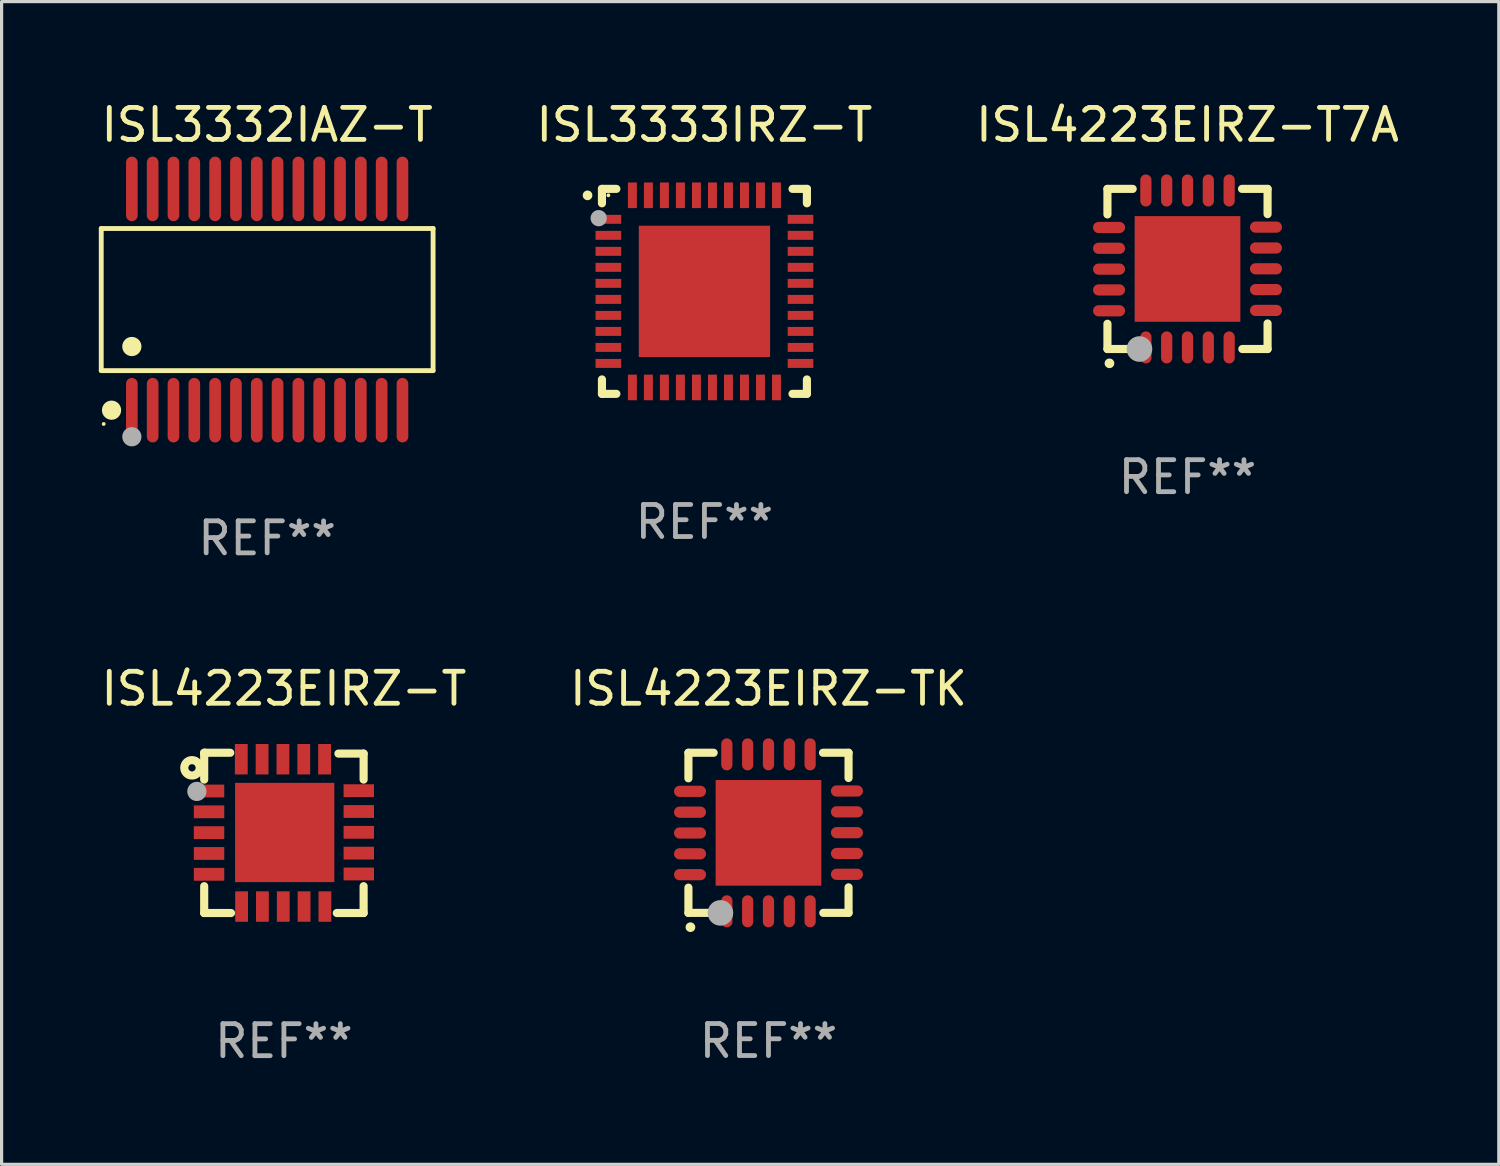
<source format=kicad_pcb>
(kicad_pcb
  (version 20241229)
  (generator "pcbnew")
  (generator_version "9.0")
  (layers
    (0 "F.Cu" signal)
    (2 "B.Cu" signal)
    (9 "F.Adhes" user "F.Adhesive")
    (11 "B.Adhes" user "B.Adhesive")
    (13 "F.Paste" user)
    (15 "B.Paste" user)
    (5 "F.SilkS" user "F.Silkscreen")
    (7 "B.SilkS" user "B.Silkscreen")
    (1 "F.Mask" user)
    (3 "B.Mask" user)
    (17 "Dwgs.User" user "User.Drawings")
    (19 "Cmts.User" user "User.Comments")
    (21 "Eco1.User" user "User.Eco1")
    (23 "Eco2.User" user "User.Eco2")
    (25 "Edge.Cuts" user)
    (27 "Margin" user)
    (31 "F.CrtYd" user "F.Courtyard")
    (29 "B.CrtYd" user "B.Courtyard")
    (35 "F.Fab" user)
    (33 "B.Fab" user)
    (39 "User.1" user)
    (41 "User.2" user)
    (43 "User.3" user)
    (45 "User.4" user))
  (footprint "ISL3333IRZ-T"
    (layer "F.Cu")
    (at 18.946 6.048)
    (property "Reference" "ISL3333IRZ-T" (at 0 -5.2 0) (layer "F.SilkS") (effects (font (size 1 1) (thickness 0.15))))
    (attr through_hole)
    (fp_line (start -3.2 -3.2) (end -2.75 -3.2) (stroke (width 0.254) (type solid)) (layer "F.SilkS"))
    (fp_line (start -3.2 -2.75) (end -3.2 -3.2) (stroke (width 0.254) (type solid)) (layer "F.SilkS"))
    (fp_line (start -3.2 3.2) (end -3.2 2.75) (stroke (width 0.254) (type solid)) (layer "F.SilkS"))
    (fp_line (start -2.75 3.2) (end -3.2 3.2) (stroke (width 0.254) (type solid)) (layer "F.SilkS"))
    (fp_line (start 2.75 3.2) (end 3.2 3.2) (stroke (width 0.254) (type solid)) (layer "F.SilkS"))
    (fp_line (start 3.2 -3.2) (end 2.75 -3.2) (stroke (width 0.254) (type solid)) (layer "F.SilkS"))
    (fp_line (start 3.2 -2.75) (end 3.2 -3.2) (stroke (width 0.254) (type solid)) (layer "F.SilkS"))
    (fp_line (start 3.2 3.2) (end 3.2 2.75) (stroke (width 0.254) (type solid)) (layer "F.SilkS"))
    (fp_arc (start -3.649987 -2.997206) (mid -3.649992 -2.998476) (end -3.649987 -2.999746) (stroke (width 0.3) (type solid)) (layer "F.SilkS"))
    (fp_circle (center -3 -3) (end -2.97 -3) (stroke (width 0.06) (type solid)) (fill no) (layer "F.SilkS"))
    (fp_circle (center -3.302 -2.286) (end -3.175 -2.286) (stroke (width 0.254) (type solid)) (fill no) (layer "F.Fab"))
    (fp_text user "REF**" (at 0 7.2 0) (layer "F.Fab") (effects (font (size 1 1) (thickness 0.15))))
    (pad "1" smd rect (at -3 -2.25 90) (size 0.28 0.8) (layers "F.Cu" "F.Mask" "F.Paste"))
    (pad "2" smd rect (at -3 -1.75 90) (size 0.28 0.8) (layers "F.Cu" "F.Mask" "F.Paste"))
    (pad "3" smd rect (at -3 -1.25 90) (size 0.28 0.8) (layers "F.Cu" "F.Mask" "F.Paste"))
    (pad "4" smd rect (at -3 -0.75 90) (size 0.28 0.8) (layers "F.Cu" "F.Mask" "F.Paste"))
    (pad "5" smd rect (at -3 -0.25 90) (size 0.28 0.8) (layers "F.Cu" "F.Mask" "F.Paste"))
    (pad "6" smd rect (at -3 0.25 90) (size 0.28 0.8) (layers "F.Cu" "F.Mask" "F.Paste"))
    (pad "7" smd rect (at -3 0.75 90) (size 0.28 0.8) (layers "F.Cu" "F.Mask" "F.Paste"))
    (pad "8" smd rect (at -3 1.25 90) (size 0.28 0.8) (layers "F.Cu" "F.Mask" "F.Paste"))
    (pad "9" smd rect (at -3 1.75 90) (size 0.28 0.8) (layers "F.Cu" "F.Mask" "F.Paste"))
    (pad "10" smd rect (at -3 2.25 90) (size 0.28 0.8) (layers "F.Cu" "F.Mask" "F.Paste"))
    (pad "11" smd rect (at -2.25 3) (size 0.28 0.8) (layers "F.Cu" "F.Mask" "F.Paste"))
    (pad "12" smd rect (at -1.75 3) (size 0.28 0.8) (layers "F.Cu" "F.Mask" "F.Paste"))
    (pad "13" smd rect (at -1.25 3) (size 0.28 0.8) (layers "F.Cu" "F.Mask" "F.Paste"))
    (pad "14" smd rect (at -0.75 3) (size 0.28 0.8) (layers "F.Cu" "F.Mask" "F.Paste"))
    (pad "15" smd rect (at -0.25 3) (size 0.28 0.8) (layers "F.Cu" "F.Mask" "F.Paste"))
    (pad "16" smd rect (at 0.25 3) (size 0.28 0.8) (layers "F.Cu" "F.Mask" "F.Paste"))
    (pad "17" smd rect (at 0.75 3) (size 0.28 0.8) (layers "F.Cu" "F.Mask" "F.Paste"))
    (pad "18" smd rect (at 1.25 3) (size 0.28 0.8) (layers "F.Cu" "F.Mask" "F.Paste"))
    (pad "19" smd rect (at 1.75 3) (size 0.28 0.8) (layers "F.Cu" "F.Mask" "F.Paste"))
    (pad "20" smd rect (at 2.25 3) (size 0.28 0.8) (layers "F.Cu" "F.Mask" "F.Paste"))
    (pad "21" smd rect (at 3 2.25 90) (size 0.28 0.8) (layers "F.Cu" "F.Mask" "F.Paste"))
    (pad "22" smd rect (at 3 1.75 90) (size 0.28 0.8) (layers "F.Cu" "F.Mask" "F.Paste"))
    (pad "23" smd rect (at 3 1.25 90) (size 0.28 0.8) (layers "F.Cu" "F.Mask" "F.Paste"))
    (pad "24" smd rect (at 3 0.75 90) (size 0.28 0.8) (layers "F.Cu" "F.Mask" "F.Paste"))
    (pad "25" smd rect (at 3 0.25 90) (size 0.28 0.8) (layers "F.Cu" "F.Mask" "F.Paste"))
    (pad "26" smd rect (at 3 -0.25 90) (size 0.28 0.8) (layers "F.Cu" "F.Mask" "F.Paste"))
    (pad "27" smd rect (at 3 -0.75 90) (size 0.28 0.8) (layers "F.Cu" "F.Mask" "F.Paste"))
    (pad "28" smd rect (at 3 -1.25 90) (size 0.28 0.8) (layers "F.Cu" "F.Mask" "F.Paste"))
    (pad "29" smd rect (at 3 -1.75 90) (size 0.28 0.8) (layers "F.Cu" "F.Mask" "F.Paste"))
    (pad "30" smd rect (at 3 -2.25 90) (size 0.28 0.8) (layers "F.Cu" "F.Mask" "F.Paste"))
    (pad "31" smd rect (at 2.25 -3) (size 0.28 0.8) (layers "F.Cu" "F.Mask" "F.Paste"))
    (pad "32" smd rect (at 1.75 -3) (size 0.28 0.8) (layers "F.Cu" "F.Mask" "F.Paste"))
    (pad "33" smd rect (at 1.25 -3) (size 0.28 0.8) (layers "F.Cu" "F.Mask" "F.Paste"))
    (pad "34" smd rect (at 0.75 -3) (size 0.28 0.8) (layers "F.Cu" "F.Mask" "F.Paste"))
    (pad "35" smd rect (at 0.25 -3) (size 0.28 0.8) (layers "F.Cu" "F.Mask" "F.Paste"))
    (pad "36" smd rect (at -0.25 -3) (size 0.28 0.8) (layers "F.Cu" "F.Mask" "F.Paste"))
    (pad "37" smd rect (at -0.75 -3) (size 0.28 0.8) (layers "F.Cu" "F.Mask" "F.Paste"))
    (pad "38" smd rect (at -1.25 -3) (size 0.28 0.8) (layers "F.Cu" "F.Mask" "F.Paste"))
    (pad "39" smd rect (at -1.75 -3) (size 0.28 0.8) (layers "F.Cu" "F.Mask" "F.Paste"))
    (pad "40" smd rect (at -2.25 -3) (size 0.28 0.8) (layers "F.Cu" "F.Mask" "F.Paste"))
    (pad "41" smd rect (at 0 0) (size 4.1 4.1) (layers "F.Cu" "F.Mask" "F.Paste")))
  (footprint "ISL3332IAZ-T"
    (layer "F.Cu")
    (at 5.292 6.303)
    (property "Reference" "ISL3332IAZ-T" (at 0 -5.455 0) (layer "F.SilkS") (effects (font (size 1 1) (thickness 0.15))))
    (attr through_hole)
    (fp_line (start -5.181 -2.219) (end 5.181 -2.219) (stroke (width 0.152) (type solid)) (layer "F.SilkS"))
    (fp_line (start -5.181 2.219) (end -5.181 -2.219) (stroke (width 0.152) (type solid)) (layer "F.SilkS"))
    (fp_line (start 5.181 -2.219) (end 5.181 2.219) (stroke (width 0.152) (type solid)) (layer "F.SilkS"))
    (fp_line (start 5.181 2.219) (end -5.181 2.219) (stroke (width 0.152) (type solid)) (layer "F.SilkS"))
    (fp_circle (center -5.105 3.885) (end -5.075 3.885) (stroke (width 0.06) (type solid)) (fill no) (layer "F.SilkS"))
    (fp_circle (center -4.859 3.455) (end -4.709 3.455) (stroke (width 0.3) (type solid)) (fill no) (layer "F.SilkS"))
    (fp_circle (center -4.225 1.467) (end -4.075 1.467) (stroke (width 0.3) (type solid)) (fill no) (layer "F.SilkS"))
    (fp_circle (center -4.225 4.285) (end -4.075 4.285) (stroke (width 0.3) (type solid)) (fill no) (layer "F.Fab"))
    (fp_text user "REF**" (at 0 7.455 0) (layer "F.Fab") (effects (font (size 1 1) (thickness 0.15))))
    (pad "1" smd oval (at -4.225 3.455) (size 0.364 2.015) (layers "F.Cu" "F.Mask" "F.Paste"))
    (pad "2" smd oval (at -3.575 3.455) (size 0.364 2.015) (layers "F.Cu" "F.Mask" "F.Paste"))
    (pad "3" smd oval (at -2.925 3.455) (size 0.364 2.015) (layers "F.Cu" "F.Mask" "F.Paste"))
    (pad "4" smd oval (at -2.275 3.455) (size 0.364 2.015) (layers "F.Cu" "F.Mask" "F.Paste"))
    (pad "5" smd oval (at -1.625 3.455) (size 0.364 2.015) (layers "F.Cu" "F.Mask" "F.Paste"))
    (pad "6" smd oval (at -0.975 3.455) (size 0.364 2.015) (layers "F.Cu" "F.Mask" "F.Paste"))
    (pad "7" smd oval (at -0.325 3.455) (size 0.364 2.015) (layers "F.Cu" "F.Mask" "F.Paste"))
    (pad "8" smd oval (at 0.325 3.455) (size 0.364 2.015) (layers "F.Cu" "F.Mask" "F.Paste"))
    (pad "9" smd oval (at 0.975 3.455) (size 0.364 2.015) (layers "F.Cu" "F.Mask" "F.Paste"))
    (pad "10" smd oval (at 1.625 3.455) (size 0.364 2.015) (layers "F.Cu" "F.Mask" "F.Paste"))
    (pad "11" smd oval (at 2.275 3.455) (size 0.364 2.015) (layers "F.Cu" "F.Mask" "F.Paste"))
    (pad "12" smd oval (at 2.925 3.455) (size 0.364 2.015) (layers "F.Cu" "F.Mask" "F.Paste"))
    (pad "13" smd oval (at 3.575 3.455) (size 0.364 2.015) (layers "F.Cu" "F.Mask" "F.Paste"))
    (pad "14" smd oval (at 4.225 3.455) (size 0.364 2.015) (layers "F.Cu" "F.Mask" "F.Paste"))
    (pad "15" smd oval (at 4.225 -3.455) (size 0.364 2.015) (layers "F.Cu" "F.Mask" "F.Paste"))
    (pad "16" smd oval (at 3.575 -3.455) (size 0.364 2.015) (layers "F.Cu" "F.Mask" "F.Paste"))
    (pad "17" smd oval (at 2.925 -3.455) (size 0.364 2.015) (layers "F.Cu" "F.Mask" "F.Paste"))
    (pad "18" smd oval (at 2.275 -3.455) (size 0.364 2.015) (layers "F.Cu" "F.Mask" "F.Paste"))
    (pad "19" smd oval (at 1.625 -3.455) (size 0.364 2.015) (layers "F.Cu" "F.Mask" "F.Paste"))
    (pad "20" smd oval (at 0.975 -3.455) (size 0.364 2.015) (layers "F.Cu" "F.Mask" "F.Paste"))
    (pad "21" smd oval (at 0.325 -3.455) (size 0.364 2.015) (layers "F.Cu" "F.Mask" "F.Paste"))
    (pad "22" smd oval (at -0.325 -3.455) (size 0.364 2.015) (layers "F.Cu" "F.Mask" "F.Paste"))
    (pad "23" smd oval (at -0.975 -3.455) (size 0.364 2.015) (layers "F.Cu" "F.Mask" "F.Paste"))
    (pad "24" smd oval (at -1.625 -3.455) (size 0.364 2.015) (layers "F.Cu" "F.Mask" "F.Paste"))
    (pad "25" smd oval (at -2.275 -3.455) (size 0.364 2.015) (layers "F.Cu" "F.Mask" "F.Paste"))
    (pad "26" smd oval (at -2.925 -3.455) (size 0.364 2.015) (layers "F.Cu" "F.Mask" "F.Paste"))
    (pad "27" smd oval (at -3.575 -3.455) (size 0.364 2.015) (layers "F.Cu" "F.Mask" "F.Paste"))
    (pad "28" smd oval (at -4.225 -3.455) (size 0.364 2.015) (layers "F.Cu" "F.Mask" "F.Paste")))
  (footprint "ISL4223EIRZ-T"
    (layer "F.Cu")
    (at 5.815 22.957)
    (property "Reference" "ISL4223EIRZ-T" (at 0 -4.502 0) (layer "F.SilkS") (effects (font (size 1 1) (thickness 0.15))))
    (attr through_hole)
    (fp_line (start -2.489 -2.502) (end -2.489 -2.476) (stroke (width 0.254) (type solid)) (layer "F.SilkS"))
    (fp_line (start -2.489 -2.476) (end -2.489 -1.664) (stroke (width 0.254) (type solid)) (layer "F.SilkS"))
    (fp_line (start -2.489 2.502) (end -2.489 1.664) (stroke (width 0.254) (type solid)) (layer "F.SilkS"))
    (fp_line (start -2.464 -2.502) (end -2.489 -2.502) (stroke (width 0.254) (type solid)) (layer "F.SilkS"))
    (fp_line (start -1.676 -2.502) (end -2.464 -2.502) (stroke (width 0.254) (type solid)) (layer "F.SilkS"))
    (fp_line (start -1.651 2.502) (end -2.489 2.502) (stroke (width 0.254) (type solid)) (layer "F.SilkS"))
    (fp_line (start 2.489 -2.476) (end 1.702 -2.476) (stroke (width 0.254) (type solid)) (layer "F.SilkS"))
    (fp_line (start 2.489 -1.664) (end 2.489 -2.476) (stroke (width 0.254) (type solid)) (layer "F.SilkS"))
    (fp_line (start 2.489 1.664) (end 2.489 2.502) (stroke (width 0.254) (type solid)) (layer "F.SilkS"))
    (fp_line (start 2.489 2.502) (end 1.651 2.502) (stroke (width 0.254) (type solid)) (layer "F.SilkS"))
    (fp_circle (center -2.87 -2.032) (end -2.756 -2.032) (stroke (width 0.254) (type solid)) (fill no) (layer "F.SilkS"))
    (fp_circle (center -2.5 -2.5) (end -2.47 -2.5) (stroke (width 0.06) (type solid)) (fill no) (layer "F.SilkS"))
    (fp_circle (center -2.718 -1.295) (end -2.568 -1.295) (stroke (width 0.3) (type solid)) (fill no) (layer "F.Fab"))
    (fp_text user "REF**" (at 0 6.502 0) (layer "F.Fab") (effects (font (size 1 1) (thickness 0.15))))
    (pad "1" smd rect (at -2.338 -1.308 270) (size 0.4 0.95) (layers "F.Cu" "F.Mask" "F.Paste"))
    (pad "2" smd rect (at -2.338 -0.658 270) (size 0.4 0.95) (layers "F.Cu" "F.Mask" "F.Paste"))
    (pad "3" smd rect (at -2.338 -0.008 270) (size 0.4 0.95) (layers "F.Cu" "F.Mask" "F.Paste"))
    (pad "4" smd rect (at -2.338 0.643 270) (size 0.4 0.95) (layers "F.Cu" "F.Mask" "F.Paste"))
    (pad "5" smd rect (at -2.338 1.293 270) (size 0.4 0.95) (layers "F.Cu" "F.Mask" "F.Paste"))
    (pad "6" smd rect (at -1.321 2.3) (size 0.4 0.95) (layers "F.Cu" "F.Mask" "F.Paste"))
    (pad "7" smd rect (at -0.671 2.3) (size 0.4 0.95) (layers "F.Cu" "F.Mask" "F.Paste"))
    (pad "8" smd rect (at -0.02 2.3) (size 0.4 0.95) (layers "F.Cu" "F.Mask" "F.Paste"))
    (pad "9" smd rect (at 0.63 2.3) (size 0.4 0.95) (layers "F.Cu" "F.Mask" "F.Paste"))
    (pad "10" smd rect (at 1.28 2.3) (size 0.4 0.95) (layers "F.Cu" "F.Mask" "F.Paste"))
    (pad "11" smd rect (at 2.338 1.283 90) (size 0.4 0.95) (layers "F.Cu" "F.Mask" "F.Paste"))
    (pad "12" smd rect (at 2.338 0.632 90) (size 0.4 0.95) (layers "F.Cu" "F.Mask" "F.Paste"))
    (pad "13" smd rect (at 2.338 -0.018 90) (size 0.4 0.95) (layers "F.Cu" "F.Mask" "F.Paste"))
    (pad "14" smd rect (at 2.338 -0.668 90) (size 0.4 0.95) (layers "F.Cu" "F.Mask" "F.Paste"))
    (pad "15" smd rect (at 2.338 -1.318 90) (size 0.4 0.95) (layers "F.Cu" "F.Mask" "F.Paste"))
    (pad "16" smd rect (at 1.27 -2.3 180) (size 0.4 0.95) (layers "F.Cu" "F.Mask" "F.Paste"))
    (pad "17" smd rect (at 0.62 -2.3 180) (size 0.4 0.95) (layers "F.Cu" "F.Mask" "F.Paste"))
    (pad "18" smd rect (at -0.03 -2.3 180) (size 0.4 0.95) (layers "F.Cu" "F.Mask" "F.Paste"))
    (pad "19" smd rect (at -0.681 -2.3 180) (size 0.4 0.95) (layers "F.Cu" "F.Mask" "F.Paste"))
    (pad "20" smd rect (at -1.331 -2.3 180) (size 0.4 0.95) (layers "F.Cu" "F.Mask" "F.Paste"))
    (pad "21" smd rect (at 0.025 -0.013 180) (size 3.1 3.1) (layers "F.Cu" "F.Mask" "F.Paste")))
  (footprint "ISL4223EIRZ-TK"
    (layer "F.Cu")
    (at 20.946 22.955)
    (property "Reference" "ISL4223EIRZ-TK" (at 0 -4.5 0) (layer "F.SilkS") (effects (font (size 1 1) (thickness 0.15))))
    (attr through_hole)
    (fp_line (start -2.5 -2.5) (end -1.712 -2.5) (stroke (width 0.254) (type solid)) (layer "F.SilkS"))
    (fp_line (start -2.5 -1.702) (end -2.5 -2.5) (stroke (width 0.254) (type solid)) (layer "F.SilkS"))
    (fp_line (start -2.5 2.5) (end -2.5 1.712) (stroke (width 0.254) (type solid)) (layer "F.SilkS"))
    (fp_line (start -1.702 2.5) (end -2.5 2.5) (stroke (width 0.254) (type solid)) (layer "F.SilkS"))
    (fp_line (start 1.702 -2.5) (end 2.5 -2.5) (stroke (width 0.254) (type solid)) (layer "F.SilkS"))
    (fp_line (start 2.5 -2.5) (end 2.5 -1.712) (stroke (width 0.254) (type solid)) (layer "F.SilkS"))
    (fp_line (start 2.5 1.702) (end 2.5 2.5) (stroke (width 0.254) (type solid)) (layer "F.SilkS"))
    (fp_line (start 2.5 2.5) (end 1.712 2.5) (stroke (width 0.254) (type solid)) (layer "F.SilkS"))
    (fp_arc (start -2.438405 2.946406) (mid -2.437135 2.946401) (end -2.435865 2.946406) (stroke (width 0.3) (type solid)) (layer "F.SilkS"))
    (fp_circle (center -2.5 2.5) (end -2.45 2.5) (stroke (width 0.1) (type solid)) (fill no) (layer "F.SilkS"))
    (fp_circle (center -1.5 2.5) (end -1.3 2.5) (stroke (width 0.4) (type solid)) (fill no) (layer "F.Fab"))
    (fp_text user "REF**" (at 0 6.5 0) (layer "F.Fab") (effects (font (size 1 1) (thickness 0.15))))
    (pad "1" smd oval (at -1.3 2.45) (size 0.35 1) (layers "F.Cu" "F.Mask" "F.Paste"))
    (pad "2" smd oval (at -0.65 2.45) (size 0.35 1) (layers "F.Cu" "F.Mask" "F.Paste"))
    (pad "3" smd oval (at 0 2.45) (size 0.35 1) (layers "F.Cu" "F.Mask" "F.Paste"))
    (pad "4" smd oval (at 0.65 2.45) (size 0.35 1) (layers "F.Cu" "F.Mask" "F.Paste"))
    (pad "5" smd oval (at 1.3 2.45) (size 0.35 1) (layers "F.Cu" "F.Mask" "F.Paste"))
    (pad "6" smd oval (at 2.45 1.295) (size 1 0.35) (layers "F.Cu" "F.Mask" "F.Paste"))
    (pad "7" smd oval (at 2.45 0.645) (size 1 0.35) (layers "F.Cu" "F.Mask" "F.Paste"))
    (pad "8" smd oval (at 2.45 -0.005) (size 1 0.35) (layers "F.Cu" "F.Mask" "F.Paste"))
    (pad "9" smd oval (at 2.45 -0.655) (size 1 0.35) (layers "F.Cu" "F.Mask" "F.Paste"))
    (pad "10" smd oval (at 2.45 -1.306) (size 1 0.35) (layers "F.Cu" "F.Mask" "F.Paste"))
    (pad "11" smd oval (at 1.3 -2.45) (size 0.35 1) (layers "F.Cu" "F.Mask" "F.Paste"))
    (pad "12" smd oval (at 0.65 -2.45) (size 0.35 1) (layers "F.Cu" "F.Mask" "F.Paste"))
    (pad "13" smd oval (at 0 -2.45) (size 0.35 1) (layers "F.Cu" "F.Mask" "F.Paste"))
    (pad "14" smd oval (at -0.65 -2.45) (size 0.35 1) (layers "F.Cu" "F.Mask" "F.Paste"))
    (pad "15" smd oval (at -1.3 -2.45) (size 0.35 1) (layers "F.Cu" "F.Mask" "F.Paste"))
    (pad "16" smd oval (at -2.45 -1.295) (size 1 0.35) (layers "F.Cu" "F.Mask" "F.Paste"))
    (pad "17" smd oval (at -2.45 -0.645) (size 1 0.35) (layers "F.Cu" "F.Mask" "F.Paste"))
    (pad "18" smd oval (at -2.45 0.005) (size 1 0.35) (layers "F.Cu" "F.Mask" "F.Paste"))
    (pad "19" smd oval (at -2.45 0.655) (size 1 0.35) (layers "F.Cu" "F.Mask" "F.Paste"))
    (pad "20" smd oval (at -2.45 1.306) (size 1 0.35) (layers "F.Cu" "F.Mask" "F.Paste"))
    (pad "21" smd rect (at 0 0) (size 3.3 3.3) (layers "F.Cu" "F.Mask" "F.Paste")))
  (footprint "ISL4223EIRZ-T7A"
    (layer "F.Cu")
    (at 34.03 5.348)
    (property "Reference" "ISL4223EIRZ-T7A" (at 0 -4.5 0) (layer "F.SilkS") (effects (font (size 1 1) (thickness 0.15))))
    (attr through_hole)
    (fp_line (start -2.5 -2.5) (end -1.712 -2.5) (stroke (width 0.254) (type solid)) (layer "F.SilkS"))
    (fp_line (start -2.5 -1.702) (end -2.5 -2.5) (stroke (width 0.254) (type solid)) (layer "F.SilkS"))
    (fp_line (start -2.5 2.5) (end -2.5 1.712) (stroke (width 0.254) (type solid)) (layer "F.SilkS"))
    (fp_line (start -1.702 2.5) (end -2.5 2.5) (stroke (width 0.254) (type solid)) (layer "F.SilkS"))
    (fp_line (start 1.702 -2.5) (end 2.5 -2.5) (stroke (width 0.254) (type solid)) (layer "F.SilkS"))
    (fp_line (start 2.5 -2.5) (end 2.5 -1.712) (stroke (width 0.254) (type solid)) (layer "F.SilkS"))
    (fp_line (start 2.5 1.702) (end 2.5 2.5) (stroke (width 0.254) (type solid)) (layer "F.SilkS"))
    (fp_line (start 2.5 2.5) (end 1.712 2.5) (stroke (width 0.254) (type solid)) (layer "F.SilkS"))
    (fp_arc (start -2.438405 2.946406) (mid -2.437135 2.946401) (end -2.435865 2.946406) (stroke (width 0.3) (type solid)) (layer "F.SilkS"))
    (fp_circle (center -2.5 2.5) (end -2.45 2.5) (stroke (width 0.1) (type solid)) (fill no) (layer "F.SilkS"))
    (fp_circle (center -1.5 2.5) (end -1.3 2.5) (stroke (width 0.4) (type solid)) (fill no) (layer "F.Fab"))
    (fp_text user "REF**" (at 0 6.5 0) (layer "F.Fab") (effects (font (size 1 1) (thickness 0.15))))
    (pad "1" smd oval (at -1.3 2.45) (size 0.35 1) (layers "F.Cu" "F.Mask" "F.Paste"))
    (pad "2" smd oval (at -0.65 2.45) (size 0.35 1) (layers "F.Cu" "F.Mask" "F.Paste"))
    (pad "3" smd oval (at 0 2.45) (size 0.35 1) (layers "F.Cu" "F.Mask" "F.Paste"))
    (pad "4" smd oval (at 0.65 2.45) (size 0.35 1) (layers "F.Cu" "F.Mask" "F.Paste"))
    (pad "5" smd oval (at 1.3 2.45) (size 0.35 1) (layers "F.Cu" "F.Mask" "F.Paste"))
    (pad "6" smd oval (at 2.45 1.295) (size 1 0.35) (layers "F.Cu" "F.Mask" "F.Paste"))
    (pad "7" smd oval (at 2.45 0.645) (size 1 0.35) (layers "F.Cu" "F.Mask" "F.Paste"))
    (pad "8" smd oval (at 2.45 -0.005) (size 1 0.35) (layers "F.Cu" "F.Mask" "F.Paste"))
    (pad "9" smd oval (at 2.45 -0.655) (size 1 0.35) (layers "F.Cu" "F.Mask" "F.Paste"))
    (pad "10" smd oval (at 2.45 -1.306) (size 1 0.35) (layers "F.Cu" "F.Mask" "F.Paste"))
    (pad "11" smd oval (at 1.3 -2.45) (size 0.35 1) (layers "F.Cu" "F.Mask" "F.Paste"))
    (pad "12" smd oval (at 0.65 -2.45) (size 0.35 1) (layers "F.Cu" "F.Mask" "F.Paste"))
    (pad "13" smd oval (at 0 -2.45) (size 0.35 1) (layers "F.Cu" "F.Mask" "F.Paste"))
    (pad "14" smd oval (at -0.65 -2.45) (size 0.35 1) (layers "F.Cu" "F.Mask" "F.Paste"))
    (pad "15" smd oval (at -1.3 -2.45) (size 0.35 1) (layers "F.Cu" "F.Mask" "F.Paste"))
    (pad "16" smd oval (at -2.45 -1.295) (size 1 0.35) (layers "F.Cu" "F.Mask" "F.Paste"))
    (pad "17" smd oval (at -2.45 -0.645) (size 1 0.35) (layers "F.Cu" "F.Mask" "F.Paste"))
    (pad "18" smd oval (at -2.45 0.005) (size 1 0.35) (layers "F.Cu" "F.Mask" "F.Paste"))
    (pad "19" smd oval (at -2.45 0.655) (size 1 0.35) (layers "F.Cu" "F.Mask" "F.Paste"))
    (pad "20" smd oval (at -2.45 1.306) (size 1 0.35) (layers "F.Cu" "F.Mask" "F.Paste"))
    (pad "21" smd rect (at 0 0) (size 3.3 3.3) (layers "F.Cu" "F.Mask" "F.Paste")))
  (gr_rect
    (start -3 -3)
    (end 43.75 33.307)
    (stroke (width 0.1) (type default))
    (fill no)
    (layer "Edge.Cuts")))
</source>
